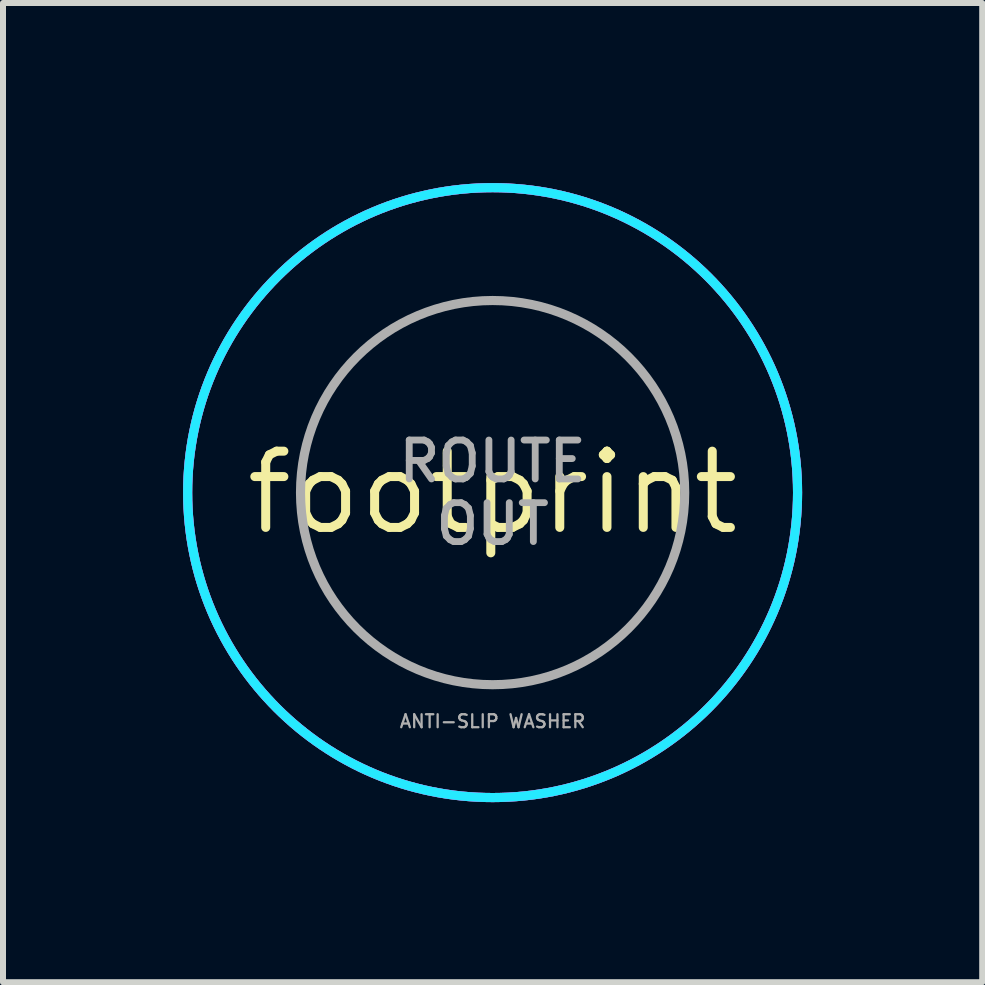
<source format=kicad_pcb>
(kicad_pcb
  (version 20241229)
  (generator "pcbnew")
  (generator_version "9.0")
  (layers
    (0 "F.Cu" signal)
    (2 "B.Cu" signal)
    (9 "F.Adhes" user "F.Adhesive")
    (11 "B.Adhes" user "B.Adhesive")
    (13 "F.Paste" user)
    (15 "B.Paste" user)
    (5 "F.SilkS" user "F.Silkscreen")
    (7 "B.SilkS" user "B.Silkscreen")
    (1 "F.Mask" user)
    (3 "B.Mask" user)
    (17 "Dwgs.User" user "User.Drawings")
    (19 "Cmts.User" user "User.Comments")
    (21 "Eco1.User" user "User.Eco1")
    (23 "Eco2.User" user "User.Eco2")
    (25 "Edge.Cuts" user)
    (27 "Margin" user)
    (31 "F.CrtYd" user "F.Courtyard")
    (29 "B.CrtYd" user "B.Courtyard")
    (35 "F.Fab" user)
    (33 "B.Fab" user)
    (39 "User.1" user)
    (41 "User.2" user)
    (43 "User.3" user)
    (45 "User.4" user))
  (footprint "footprint"
    (layer "F.Cu")
    (at 5.156 5.156)
    (property "Reference" "footprint" (at 0 0 0) (layer "F.SilkS") (effects (font (size 1.27 1.27) (thickness 0.15))))
    (fp_circle (center 0 0) (end 2.54 0) (stroke (width 5.08) (type solid)) (fill no) (layer "F.Mask"))
    (fp_circle (center 0 0) (end 2.54 0) (stroke (width 5.08) (type solid)) (fill no) (layer "B.Mask"))
    (fp_circle (center 0 0) (end 5.08 0) (stroke (width 0.152) (type solid)) (fill no) (layer "B.CrtYd"))
    (fp_circle (center 0 0) (end 5.08 0) (stroke (width 0.152) (type solid)) (fill no) (layer "F.CrtYd"))
    (fp_circle (center 0 0) (end 3.2 0) (stroke (width 0.152) (type solid)) (fill no) (layer "F.Fab"))
    (fp_circle (center 0 0) (end 5.08 0) (stroke (width 0.152) (type solid)) (fill no) (layer "F.Fab"))
    (fp_text user "ROUTE\nOUT" (at 0 0 0) (layer "F.Fab") (effects (font (size 0.648 0.648) (thickness 0.114))))
    (fp_text user "ANTI-SLIP WASHER" (at 0 3.81 0) (layer "F.Fab") (effects (font (size 0.216 0.216) (thickness 0.038))))
    (zone (net_name "") (layer "F.Cu") (hatch edge 0.508) (connect_pads) (min_thickness 0.254) (filled_areas_thickness no) (keepout (tracks not_allowed) (vias not_allowed) (pads not_allowed) (copperpour not_allowed) (footprints allowed)) (placement (enabled no)) (fill) (polygon (pts (xy 10.236 5.156) (xy 10.159 4.274) (xy 9.93 3.419) (xy 9.556 2.616) (xy 9.048 1.891) (xy 8.422 1.265) (xy 7.696 0.757) (xy 6.894 0.383) (xy 6.038 0.153) (xy 5.156 0.076) (xy 4.274 0.153) (xy 3.419 0.383) (xy 2.616 0.757) (xy 1.891 1.265) (xy 1.265 1.891) (xy 0.757 2.616) (xy 0.383 3.419) (xy 0.153 4.274) (xy 0.076 5.156) (xy 0.153 6.038) (xy 0.383 6.894) (xy 0.757 7.696) (xy 1.265 8.422) (xy 1.891 9.048) (xy 2.616 9.556) (xy 3.419 9.93) (xy 4.274 10.159) (xy 5.156 10.236) (xy 6.038 10.159) (xy 6.894 9.93) (xy 7.696 9.556) (xy 8.422 9.048) (xy 9.048 8.422) (xy 9.556 7.696) (xy 9.93 6.894) (xy 10.159 6.038))) (polygon (pts (xy 5.156 5.156))))
    (zone (net_name "") (layer "B.Cu") (hatch edge 0.508) (connect_pads) (min_thickness 0.254) (filled_areas_thickness no) (keepout (tracks not_allowed) (vias not_allowed) (pads not_allowed) (copperpour not_allowed) (footprints allowed)) (placement (enabled no)) (fill) (polygon (pts (xy 10.236 5.156) (xy 10.159 4.274) (xy 9.93 3.419) (xy 9.556 2.616) (xy 9.048 1.891) (xy 8.422 1.265) (xy 7.696 0.757) (xy 6.894 0.383) (xy 6.038 0.153) (xy 5.156 0.076) (xy 4.274 0.153) (xy 3.419 0.383) (xy 2.616 0.757) (xy 1.891 1.265) (xy 1.265 1.891) (xy 0.757 2.616) (xy 0.383 3.419) (xy 0.153 4.274) (xy 0.076 5.156) (xy 0.153 6.038) (xy 0.383 6.894) (xy 0.757 7.696) (xy 1.265 8.422) (xy 1.891 9.048) (xy 2.616 9.556) (xy 3.419 9.93) (xy 4.274 10.159) (xy 5.156 10.236) (xy 6.038 10.159) (xy 6.894 9.93) (xy 7.696 9.556) (xy 8.422 9.048) (xy 9.048 8.422) (xy 9.556 7.696) (xy 9.93 6.894) (xy 10.159 6.038))) (polygon (pts (xy 5.156 5.156)))))
  (gr_rect
    (start -3 -3)
    (end 13.312 13.312)
    (stroke (width 0.1) (type default))
    (fill no)
    (layer "Edge.Cuts")))
</source>
